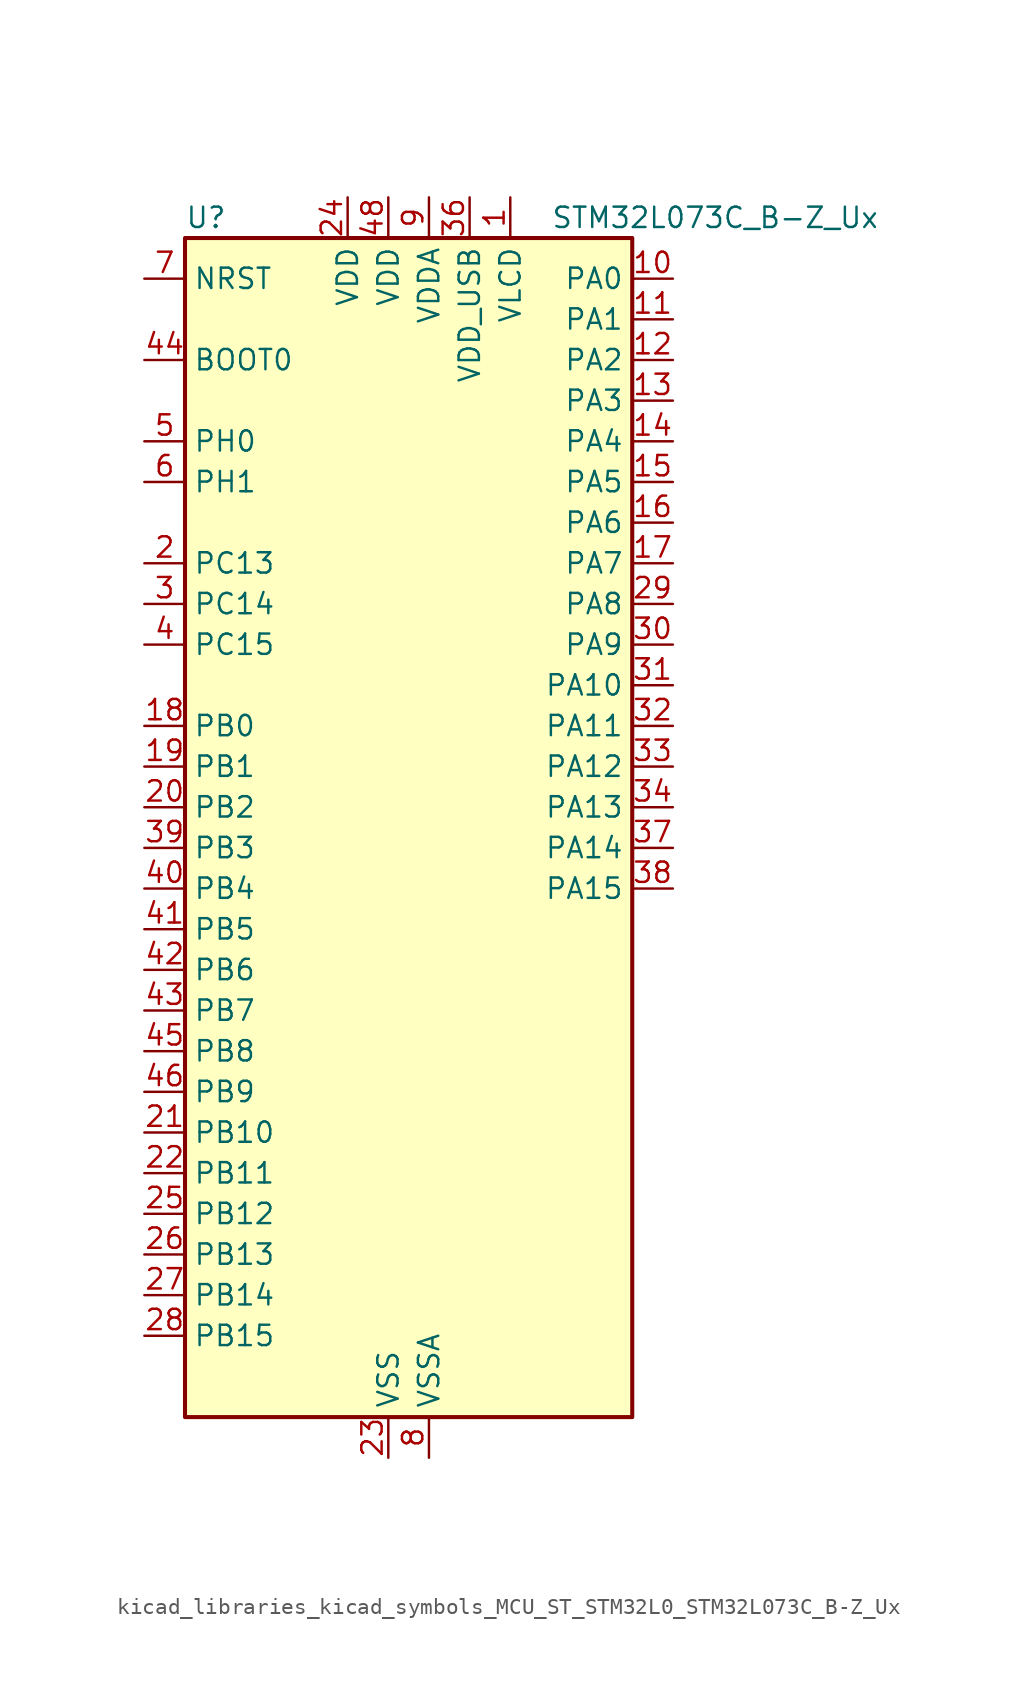
<source format=kicad_sym>
(kicad_symbol_lib
  (version 20220914)
  (generator kicad_symbol_editor)
  (symbol "kicad_libraries_kicad_symbols_MCU_ST_STM32L0_STM32L073C_B-Z_Ux"
    (property "Reference" "U"
      (at -12.7 39.37 0)
      (effects (font (size 1.27 1.27)) (justify left)))
    (property "Value" "STM32L073C_B-Z_Ux"
      (at 10.16 39.37 0)
      (effects (font (size 1.27 1.27)) (justify left)))
    (property "ki_locked" ""
      (at 0 0 0)
      (effects (font (size 1.27 1.27))))
    (symbol "kicad_libraries_kicad_symbols_MCU_ST_STM32L0_STM32L073C_B-Z_Ux_0_1"
      (rectangle (start -12.7 -35.56) (end 15.24 38.1) (stroke (width 0.254) (type default)) (fill (type background))))
    (symbol "kicad_libraries_kicad_symbols_MCU_ST_STM32L0_STM32L073C_B-Z_Ux_1_1"
      (pin power_in line (at 7.62 40.64 270) (length 2.54) (name "VLCD" (effects (font (size 1.27 1.27)))) (number "1" (effects (font (size 1.27 1.27)))))
      (pin bidirectional line (at 17.78 35.56 180) (length 2.54) (name "PA0" (effects (font (size 1.27 1.27)))) (number "10" (effects (font (size 1.27 1.27)))) (alternate "ADC_IN0" bidirectional line) (alternate "COMP1_INM" bidirectional line) (alternate "COMP1_OUT" bidirectional line) (alternate "RTC_TAMP2" bidirectional line) (alternate "SYS_WKUP1" bidirectional line) (alternate "TIM2_CH1" bidirectional line) (alternate "TIM2_ETR" bidirectional line) (alternate "TSC_G1_IO1" bidirectional line) (alternate "USART2_CTS" bidirectional line) (alternate "USART4_TX" bidirectional line))
      (pin bidirectional line (at 17.78 33.02 180) (length 2.54) (name "PA1" (effects (font (size 1.27 1.27)))) (number "11" (effects (font (size 1.27 1.27)))) (alternate "ADC_IN1" bidirectional line) (alternate "COMP1_INP" bidirectional line) (alternate "LCD_SEG0" bidirectional line) (alternate "TIM21_ETR" bidirectional line) (alternate "TIM2_CH2" bidirectional line) (alternate "TSC_G1_IO2" bidirectional line) (alternate "USART2_DE" bidirectional line) (alternate "USART2_RTS" bidirectional line) (alternate "USART4_RX" bidirectional line))
      (pin bidirectional line (at 17.78 30.48 180) (length 2.54) (name "PA2" (effects (font (size 1.27 1.27)))) (number "12" (effects (font (size 1.27 1.27)))) (alternate "ADC_IN2" bidirectional line) (alternate "COMP2_INM" bidirectional line) (alternate "COMP2_OUT" bidirectional line) (alternate "LCD_SEG1" bidirectional line) (alternate "LPUART1_TX" bidirectional line) (alternate "TIM21_CH1" bidirectional line) (alternate "TIM2_CH3" bidirectional line) (alternate "TSC_G1_IO3" bidirectional line) (alternate "USART2_TX" bidirectional line))
      (pin bidirectional line (at 17.78 27.94 180) (length 2.54) (name "PA3" (effects (font (size 1.27 1.27)))) (number "13" (effects (font (size 1.27 1.27)))) (alternate "ADC_IN3" bidirectional line) (alternate "COMP2_INP" bidirectional line) (alternate "LCD_SEG2" bidirectional line) (alternate "LPUART1_RX" bidirectional line) (alternate "TIM21_CH2" bidirectional line) (alternate "TIM2_CH4" bidirectional line) (alternate "TSC_G1_IO4" bidirectional line) (alternate "USART2_RX" bidirectional line))
      (pin bidirectional line (at 17.78 25.4 180) (length 2.54) (name "PA4" (effects (font (size 1.27 1.27)))) (number "14" (effects (font (size 1.27 1.27)))) (alternate "ADC_IN4" bidirectional line) (alternate "COMP1_INM" bidirectional line) (alternate "COMP2_INM" bidirectional line) (alternate "DAC_OUT1" bidirectional line) (alternate "SPI1_NSS" bidirectional line) (alternate "TIM22_ETR" bidirectional line) (alternate "TSC_G2_IO1" bidirectional line) (alternate "USART2_CK" bidirectional line))
      (pin bidirectional line (at 17.78 22.86 180) (length 2.54) (name "PA5" (effects (font (size 1.27 1.27)))) (number "15" (effects (font (size 1.27 1.27)))) (alternate "ADC_IN5" bidirectional line) (alternate "COMP1_INM" bidirectional line) (alternate "COMP2_INM" bidirectional line) (alternate "DAC_OUT2" bidirectional line) (alternate "SPI1_SCK" bidirectional line) (alternate "TIM2_CH1" bidirectional line) (alternate "TIM2_ETR" bidirectional line) (alternate "TSC_G2_IO2" bidirectional line))
      (pin bidirectional line (at 17.78 20.32 180) (length 2.54) (name "PA6" (effects (font (size 1.27 1.27)))) (number "16" (effects (font (size 1.27 1.27)))) (alternate "ADC_IN6" bidirectional line) (alternate "COMP1_OUT" bidirectional line) (alternate "LCD_SEG3" bidirectional line) (alternate "LPUART1_CTS" bidirectional line) (alternate "SPI1_MISO" bidirectional line) (alternate "TIM22_CH1" bidirectional line) (alternate "TIM3_CH1" bidirectional line) (alternate "TSC_G2_IO3" bidirectional line))
      (pin bidirectional line (at 17.78 17.78 180) (length 2.54) (name "PA7" (effects (font (size 1.27 1.27)))) (number "17" (effects (font (size 1.27 1.27)))) (alternate "ADC_IN7" bidirectional line) (alternate "COMP2_OUT" bidirectional line) (alternate "LCD_SEG4" bidirectional line) (alternate "SPI1_MOSI" bidirectional line) (alternate "TIM22_CH2" bidirectional line) (alternate "TIM3_CH2" bidirectional line) (alternate "TSC_G2_IO4" bidirectional line))
      (pin bidirectional line (at -15.24 7.62 0) (length 2.54) (name "PB0" (effects (font (size 1.27 1.27)))) (number "18" (effects (font (size 1.27 1.27)))) (alternate "ADC_IN8" bidirectional line) (alternate "LCD_SEG5" bidirectional line) (alternate "LCD_VLCD3" bidirectional line) (alternate "SYS_VREF_OUT_PB0" bidirectional line) (alternate "TIM3_CH3" bidirectional line) (alternate "TSC_G3_IO2" bidirectional line))
      (pin bidirectional line (at -15.24 5.08 0) (length 2.54) (name "PB1" (effects (font (size 1.27 1.27)))) (number "19" (effects (font (size 1.27 1.27)))) (alternate "ADC_IN9" bidirectional line) (alternate "LCD_SEG6" bidirectional line) (alternate "LPUART1_DE" bidirectional line) (alternate "LPUART1_RTS" bidirectional line) (alternate "SYS_VREF_OUT_PB1" bidirectional line) (alternate "TIM3_CH4" bidirectional line) (alternate "TSC_G3_IO3" bidirectional line))
      (pin bidirectional line (at -15.24 17.78 0) (length 2.54) (name "PC13" (effects (font (size 1.27 1.27)))) (number "2" (effects (font (size 1.27 1.27)))) (alternate "RTC_OUT_ALARM" bidirectional line) (alternate "RTC_OUT_CALIB" bidirectional line) (alternate "RTC_TAMP1" bidirectional line) (alternate "RTC_TS" bidirectional line) (alternate "SYS_WKUP2" bidirectional line))
      (pin bidirectional line (at -15.24 2.54 0) (length 2.54) (name "PB2" (effects (font (size 1.27 1.27)))) (number "20" (effects (font (size 1.27 1.27)))) (alternate "I2C3_SMBA" bidirectional line) (alternate "LCD_VLCD2" bidirectional line) (alternate "LPTIM1_OUT" bidirectional line) (alternate "TSC_G3_IO4" bidirectional line))
      (pin bidirectional line (at -15.24 -17.78 0) (length 2.54) (name "PB10" (effects (font (size 1.27 1.27)))) (number "21" (effects (font (size 1.27 1.27)))) (alternate "I2C2_SCL" bidirectional line) (alternate "LCD_SEG10" bidirectional line) (alternate "LPUART1_RX" bidirectional line) (alternate "LPUART1_TX" bidirectional line) (alternate "SPI2_SCK" bidirectional line) (alternate "TIM2_CH3" bidirectional line) (alternate "TSC_SYNC" bidirectional line))
      (pin bidirectional line (at -15.24 -20.32 0) (length 2.54) (name "PB11" (effects (font (size 1.27 1.27)))) (number "22" (effects (font (size 1.27 1.27)))) (alternate "ADC_EXTI11" bidirectional line) (alternate "I2C2_SDA" bidirectional line) (alternate "LCD_SEG11" bidirectional line) (alternate "LPUART1_RX" bidirectional line) (alternate "LPUART1_TX" bidirectional line) (alternate "TIM2_CH4" bidirectional line) (alternate "TSC_G6_IO1" bidirectional line))
      (pin power_in line (at 0 -38.1 90) (length 2.54) (name "VSS" (effects (font (size 1.27 1.27)))) (number "23" (effects (font (size 1.27 1.27)))))
      (pin power_in line (at -2.54 40.64 270) (length 2.54) (name "VDD" (effects (font (size 1.27 1.27)))) (number "24" (effects (font (size 1.27 1.27)))))
      (pin bidirectional line (at -15.24 -22.86 0) (length 2.54) (name "PB12" (effects (font (size 1.27 1.27)))) (number "25" (effects (font (size 1.27 1.27)))) (alternate "I2S2_WS" bidirectional line) (alternate "LCD_SEG12" bidirectional line) (alternate "LCD_VLCD2" bidirectional line) (alternate "LPUART1_DE" bidirectional line) (alternate "LPUART1_RTS" bidirectional line) (alternate "SPI2_NSS" bidirectional line) (alternate "TSC_G6_IO2" bidirectional line))
      (pin bidirectional line (at -15.24 -25.4 0) (length 2.54) (name "PB13" (effects (font (size 1.27 1.27)))) (number "26" (effects (font (size 1.27 1.27)))) (alternate "I2C2_SCL" bidirectional line) (alternate "I2S2_CK" bidirectional line) (alternate "LCD_SEG13" bidirectional line) (alternate "LPUART1_CTS" bidirectional line) (alternate "RCC_MCO" bidirectional line) (alternate "SPI2_SCK" bidirectional line) (alternate "TIM21_CH1" bidirectional line) (alternate "TSC_G6_IO3" bidirectional line))
      (pin bidirectional line (at -15.24 -27.94 0) (length 2.54) (name "PB14" (effects (font (size 1.27 1.27)))) (number "27" (effects (font (size 1.27 1.27)))) (alternate "I2C2_SDA" bidirectional line) (alternate "I2S2_MCK" bidirectional line) (alternate "LCD_SEG14" bidirectional line) (alternate "LPUART1_DE" bidirectional line) (alternate "LPUART1_RTS" bidirectional line) (alternate "RTC_OUT_ALARM" bidirectional line) (alternate "RTC_OUT_CALIB" bidirectional line) (alternate "SPI2_MISO" bidirectional line) (alternate "TIM21_CH2" bidirectional line) (alternate "TSC_G6_IO4" bidirectional line))
      (pin bidirectional line (at -15.24 -30.48 0) (length 2.54) (name "PB15" (effects (font (size 1.27 1.27)))) (number "28" (effects (font (size 1.27 1.27)))) (alternate "I2S2_SD" bidirectional line) (alternate "LCD_SEG15" bidirectional line) (alternate "RTC_REFIN" bidirectional line) (alternate "SPI2_MOSI" bidirectional line))
      (pin bidirectional line (at 17.78 15.24 180) (length 2.54) (name "PA8" (effects (font (size 1.27 1.27)))) (number "29" (effects (font (size 1.27 1.27)))) (alternate "CRS_SYNC" bidirectional line) (alternate "I2C3_SCL" bidirectional line) (alternate "LCD_COM0" bidirectional line) (alternate "RCC_MCO" bidirectional line) (alternate "USART1_CK" bidirectional line))
      (pin bidirectional line (at -15.24 15.24 0) (length 2.54) (name "PC14" (effects (font (size 1.27 1.27)))) (number "3" (effects (font (size 1.27 1.27)))) (alternate "RCC_OSC32_IN" bidirectional line))
      (pin bidirectional line (at 17.78 12.7 180) (length 2.54) (name "PA9" (effects (font (size 1.27 1.27)))) (number "30" (effects (font (size 1.27 1.27)))) (alternate "DAC_EXTI9" bidirectional line) (alternate "I2C1_SCL" bidirectional line) (alternate "I2C3_SMBA" bidirectional line) (alternate "LCD_COM1" bidirectional line) (alternate "RCC_MCO" bidirectional line) (alternate "TSC_G4_IO1" bidirectional line) (alternate "USART1_TX" bidirectional line))
      (pin bidirectional line (at 17.78 10.16 180) (length 2.54) (name "PA10" (effects (font (size 1.27 1.27)))) (number "31" (effects (font (size 1.27 1.27)))) (alternate "I2C1_SDA" bidirectional line) (alternate "LCD_COM2" bidirectional line) (alternate "TSC_G4_IO2" bidirectional line) (alternate "USART1_RX" bidirectional line))
      (pin bidirectional line (at 17.78 7.62 180) (length 2.54) (name "PA11" (effects (font (size 1.27 1.27)))) (number "32" (effects (font (size 1.27 1.27)))) (alternate "ADC_EXTI11" bidirectional line) (alternate "COMP1_OUT" bidirectional line) (alternate "SPI1_MISO" bidirectional line) (alternate "TSC_G4_IO3" bidirectional line) (alternate "USART1_CTS" bidirectional line) (alternate "USB_DM" bidirectional line))
      (pin bidirectional line (at 17.78 5.08 180) (length 2.54) (name "PA12" (effects (font (size 1.27 1.27)))) (number "33" (effects (font (size 1.27 1.27)))) (alternate "COMP2_OUT" bidirectional line) (alternate "SPI1_MOSI" bidirectional line) (alternate "TSC_G4_IO4" bidirectional line) (alternate "USART1_DE" bidirectional line) (alternate "USART1_RTS" bidirectional line) (alternate "USB_DP" bidirectional line))
      (pin bidirectional line (at 17.78 2.54 180) (length 2.54) (name "PA13" (effects (font (size 1.27 1.27)))) (number "34" (effects (font (size 1.27 1.27)))) (alternate "LPUART1_RX" bidirectional line) (alternate "SYS_SWDIO" bidirectional line) (alternate "USB_NOE" bidirectional line))
      (pin passive line (at 0 -38.1 90) (length 2.54) hide (name "VSS" (effects (font (size 1.27 1.27)))) (number "35" (effects (font (size 1.27 1.27)))))
      (pin power_in line (at 5.08 40.64 270) (length 2.54) (name "VDD_USB" (effects (font (size 1.27 1.27)))) (number "36" (effects (font (size 1.27 1.27)))))
      (pin bidirectional line (at 17.78 0 180) (length 2.54) (name "PA14" (effects (font (size 1.27 1.27)))) (number "37" (effects (font (size 1.27 1.27)))) (alternate "LPUART1_TX" bidirectional line) (alternate "SYS_SWCLK" bidirectional line) (alternate "USART2_TX" bidirectional line))
      (pin bidirectional line (at 17.78 -2.54 180) (length 2.54) (name "PA15" (effects (font (size 1.27 1.27)))) (number "38" (effects (font (size 1.27 1.27)))) (alternate "LCD_SEG17" bidirectional line) (alternate "SPI1_NSS" bidirectional line) (alternate "TIM2_CH1" bidirectional line) (alternate "TIM2_ETR" bidirectional line) (alternate "USART2_RX" bidirectional line) (alternate "USART4_DE" bidirectional line) (alternate "USART4_RTS" bidirectional line))
      (pin bidirectional line (at -15.24 0 0) (length 2.54) (name "PB3" (effects (font (size 1.27 1.27)))) (number "39" (effects (font (size 1.27 1.27)))) (alternate "COMP2_INM" bidirectional line) (alternate "LCD_SEG7" bidirectional line) (alternate "SPI1_SCK" bidirectional line) (alternate "TIM2_CH2" bidirectional line) (alternate "TSC_G5_IO1" bidirectional line) (alternate "USART1_DE" bidirectional line) (alternate "USART1_RTS" bidirectional line) (alternate "USART5_TX" bidirectional line))
      (pin bidirectional line (at -15.24 12.7 0) (length 2.54) (name "PC15" (effects (font (size 1.27 1.27)))) (number "4" (effects (font (size 1.27 1.27)))) (alternate "RCC_OSC32_OUT" bidirectional line))
      (pin bidirectional line (at -15.24 -2.54 0) (length 2.54) (name "PB4" (effects (font (size 1.27 1.27)))) (number "40" (effects (font (size 1.27 1.27)))) (alternate "COMP2_INP" bidirectional line) (alternate "I2C3_SDA" bidirectional line) (alternate "LCD_SEG8" bidirectional line) (alternate "SPI1_MISO" bidirectional line) (alternate "TIM22_CH1" bidirectional line) (alternate "TIM3_CH1" bidirectional line) (alternate "TSC_G5_IO2" bidirectional line) (alternate "USART1_CTS" bidirectional line) (alternate "USART5_RX" bidirectional line))
      (pin bidirectional line (at -15.24 -5.08 0) (length 2.54) (name "PB5" (effects (font (size 1.27 1.27)))) (number "41" (effects (font (size 1.27 1.27)))) (alternate "COMP2_INP" bidirectional line) (alternate "I2C1_SMBA" bidirectional line) (alternate "LCD_SEG9" bidirectional line) (alternate "LPTIM1_IN1" bidirectional line) (alternate "SPI1_MOSI" bidirectional line) (alternate "TIM22_CH2" bidirectional line) (alternate "TIM3_CH2" bidirectional line) (alternate "USART1_CK" bidirectional line) (alternate "USART5_CK" bidirectional line) (alternate "USART5_DE" bidirectional line) (alternate "USART5_RTS" bidirectional line))
      (pin bidirectional line (at -15.24 -7.62 0) (length 2.54) (name "PB6" (effects (font (size 1.27 1.27)))) (number "42" (effects (font (size 1.27 1.27)))) (alternate "COMP2_INP" bidirectional line) (alternate "I2C1_SCL" bidirectional line) (alternate "LPTIM1_ETR" bidirectional line) (alternate "TSC_G5_IO3" bidirectional line) (alternate "USART1_TX" bidirectional line))
      (pin bidirectional line (at -15.24 -10.16 0) (length 2.54) (name "PB7" (effects (font (size 1.27 1.27)))) (number "43" (effects (font (size 1.27 1.27)))) (alternate "COMP2_INP" bidirectional line) (alternate "I2C1_SDA" bidirectional line) (alternate "LPTIM1_IN2" bidirectional line) (alternate "SYS_PVD_IN" bidirectional line) (alternate "TSC_G5_IO4" bidirectional line) (alternate "USART1_RX" bidirectional line) (alternate "USART4_CTS" bidirectional line))
      (pin input line (at -15.24 30.48 0) (length 2.54) (name "BOOT0" (effects (font (size 1.27 1.27)))) (number "44" (effects (font (size 1.27 1.27)))))
      (pin bidirectional line (at -15.24 -12.7 0) (length 2.54) (name "PB8" (effects (font (size 1.27 1.27)))) (number "45" (effects (font (size 1.27 1.27)))) (alternate "I2C1_SCL" bidirectional line) (alternate "LCD_SEG16" bidirectional line) (alternate "TSC_SYNC" bidirectional line))
      (pin bidirectional line (at -15.24 -15.24 0) (length 2.54) (name "PB9" (effects (font (size 1.27 1.27)))) (number "46" (effects (font (size 1.27 1.27)))) (alternate "DAC_EXTI9" bidirectional line) (alternate "I2C1_SDA" bidirectional line) (alternate "I2S2_WS" bidirectional line) (alternate "LCD_COM3" bidirectional line) (alternate "SPI2_NSS" bidirectional line))
      (pin passive line (at 0 -38.1 90) (length 2.54) hide (name "VSS" (effects (font (size 1.27 1.27)))) (number "47" (effects (font (size 1.27 1.27)))))
      (pin power_in line (at 0 40.64 270) (length 2.54) (name "VDD" (effects (font (size 1.27 1.27)))) (number "48" (effects (font (size 1.27 1.27)))))
      (pin passive line (at 0 -38.1 90) (length 2.54) hide (name "VSS" (effects (font (size 1.27 1.27)))) (number "49" (effects (font (size 1.27 1.27)))))
      (pin bidirectional line (at -15.24 25.4 0) (length 2.54) (name "PH0" (effects (font (size 1.27 1.27)))) (number "5" (effects (font (size 1.27 1.27)))) (alternate "CRS_SYNC" bidirectional line) (alternate "RCC_OSC_IN" bidirectional line))
      (pin bidirectional line (at -15.24 22.86 0) (length 2.54) (name "PH1" (effects (font (size 1.27 1.27)))) (number "6" (effects (font (size 1.27 1.27)))) (alternate "RCC_OSC_OUT" bidirectional line))
      (pin input line (at -15.24 35.56 0) (length 2.54) (name "NRST" (effects (font (size 1.27 1.27)))) (number "7" (effects (font (size 1.27 1.27)))))
      (pin power_in line (at 2.54 -38.1 90) (length 2.54) (name "VSSA" (effects (font (size 1.27 1.27)))) (number "8" (effects (font (size 1.27 1.27)))))
      (pin power_in line (at 2.54 40.64 270) (length 2.54) (name "VDDA" (effects (font (size 1.27 1.27)))) (number "9" (effects (font (size 1.27 1.27))))))))
</source>
